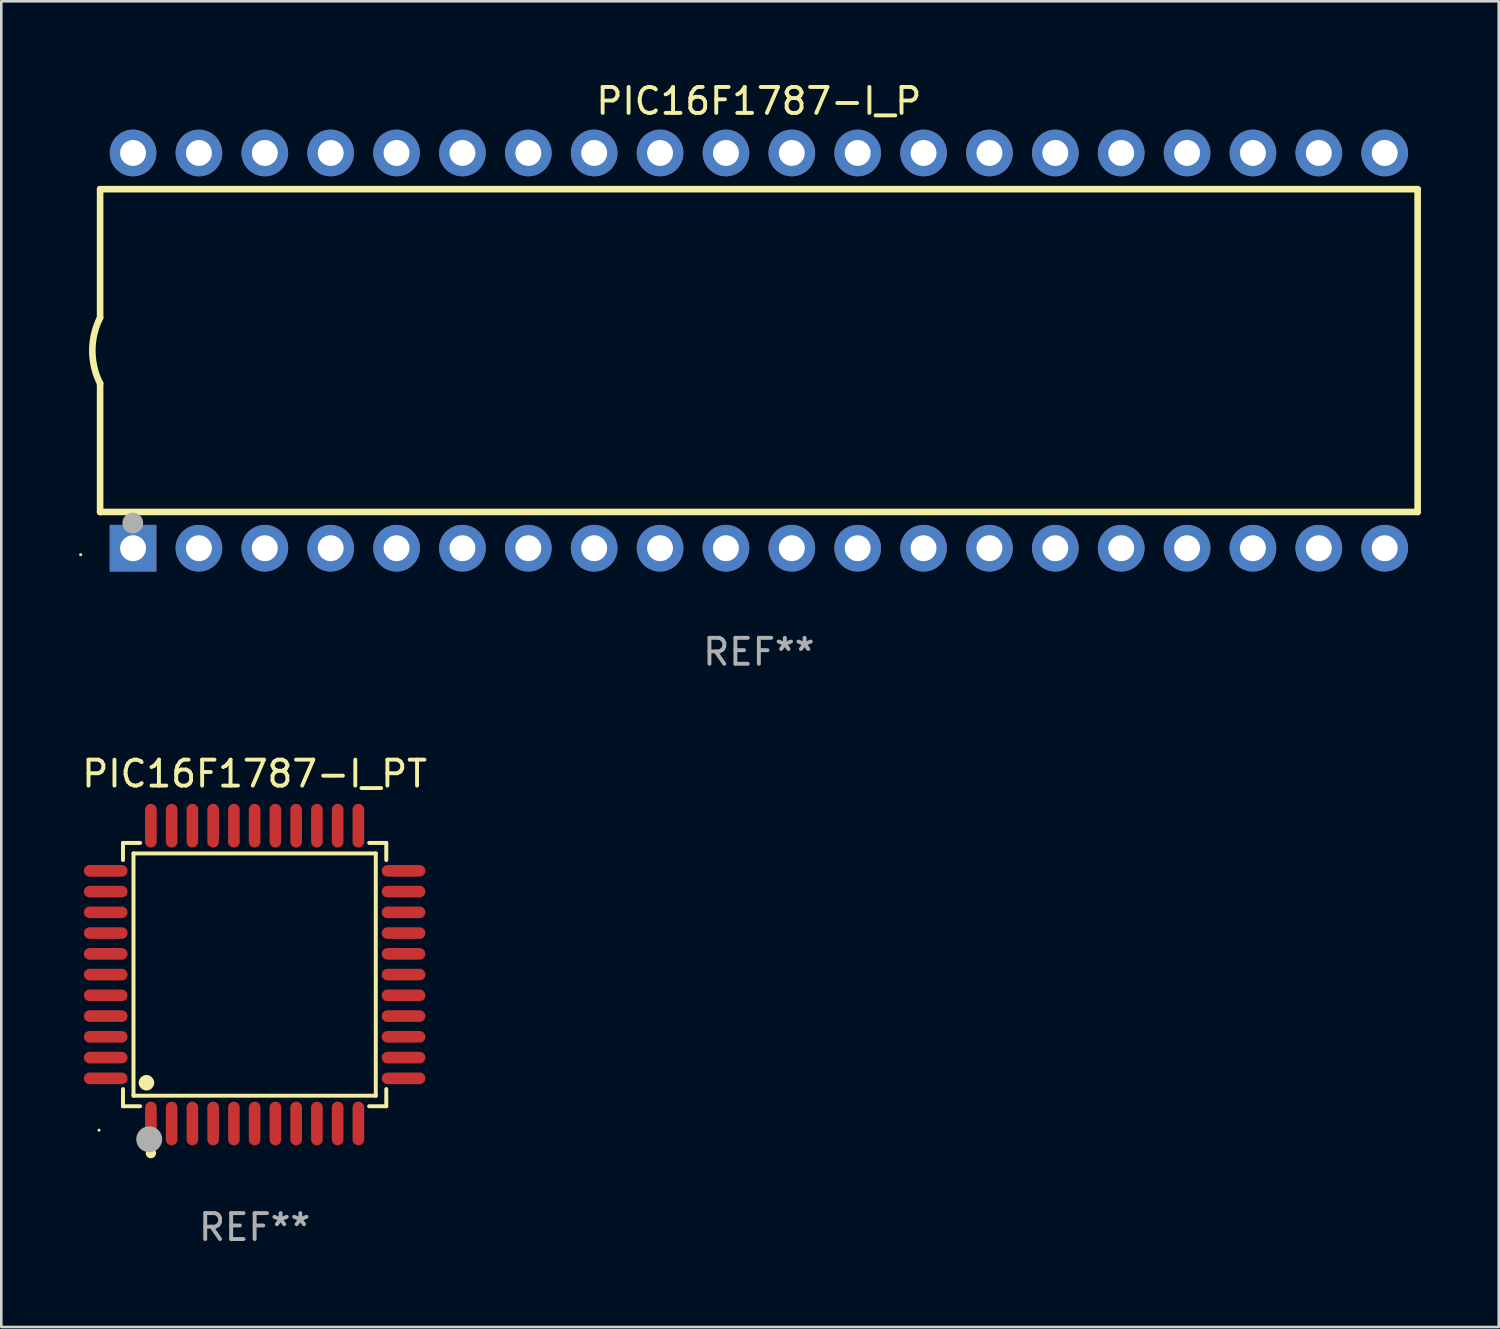
<source format=kicad_pcb>
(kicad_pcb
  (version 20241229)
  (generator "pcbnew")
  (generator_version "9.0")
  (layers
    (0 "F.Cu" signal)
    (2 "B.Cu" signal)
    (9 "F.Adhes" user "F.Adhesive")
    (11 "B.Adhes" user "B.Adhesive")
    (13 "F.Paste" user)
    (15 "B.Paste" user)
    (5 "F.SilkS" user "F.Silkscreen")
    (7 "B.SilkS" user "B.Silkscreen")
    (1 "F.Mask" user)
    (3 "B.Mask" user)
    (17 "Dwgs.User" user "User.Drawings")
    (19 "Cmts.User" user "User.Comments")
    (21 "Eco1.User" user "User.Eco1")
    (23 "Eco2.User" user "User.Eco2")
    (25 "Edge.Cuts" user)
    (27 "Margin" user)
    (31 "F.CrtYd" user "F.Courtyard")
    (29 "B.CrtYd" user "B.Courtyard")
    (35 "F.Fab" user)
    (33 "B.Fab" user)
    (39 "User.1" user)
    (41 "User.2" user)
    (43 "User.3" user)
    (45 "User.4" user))
  (footprint "PIC16F1787-I_PT"
    (layer "F.Cu")
    (at 6.768 34.527)
    (property "Reference" "PIC16F1787-I_PT" (at 0 -7.742 0) (layer "F.SilkS") (effects (font (size 1 1) (thickness 0.15))))
    (attr through_hole)
    (fp_line (start -5.076 -5.076) (end -4.415 -5.076) (stroke (width 0.152) (type solid)) (layer "F.SilkS"))
    (fp_line (start -5.076 -4.415) (end -5.076 -5.076) (stroke (width 0.152) (type solid)) (layer "F.SilkS"))
    (fp_line (start -5.076 4.415) (end -5.076 5.076) (stroke (width 0.152) (type solid)) (layer "F.SilkS"))
    (fp_line (start -5.076 5.076) (end -4.415 5.076) (stroke (width 0.152) (type solid)) (layer "F.SilkS"))
    (fp_line (start -4.671 -4.671) (end 4.671 -4.671) (stroke (width 0.152) (type solid)) (layer "F.SilkS"))
    (fp_line (start -4.671 4.671) (end -4.671 -4.671) (stroke (width 0.152) (type solid)) (layer "F.SilkS"))
    (fp_line (start 4.671 -4.671) (end 4.671 4.671) (stroke (width 0.152) (type solid)) (layer "F.SilkS"))
    (fp_line (start 4.671 4.671) (end -4.671 4.671) (stroke (width 0.152) (type solid)) (layer "F.SilkS"))
    (fp_line (start 5.076 -5.076) (end 4.415 -5.076) (stroke (width 0.152) (type solid)) (layer "F.SilkS"))
    (fp_line (start 5.076 -4.415) (end 5.076 -5.076) (stroke (width 0.152) (type solid)) (layer "F.SilkS"))
    (fp_line (start 5.076 4.415) (end 5.076 5.076) (stroke (width 0.152) (type solid)) (layer "F.SilkS"))
    (fp_line (start 5.076 5.076) (end 4.415 5.076) (stroke (width 0.152) (type solid)) (layer "F.SilkS"))
    (fp_circle (center -6 6) (end -5.97 6) (stroke (width 0.06) (type solid)) (fill no) (layer "F.SilkS"))
    (fp_circle (center -4.171 4.171) (end -4.021 4.171) (stroke (width 0.3) (type solid)) (fill no) (layer "F.SilkS"))
    (fp_circle (center -4 6.884) (end -3.9 6.884) (stroke (width 0.2) (type solid)) (fill no) (layer "F.SilkS"))
    (fp_circle (center -4.064 6.35) (end -3.814 6.35) (stroke (width 0.5) (type solid)) (fill no) (layer "F.Fab"))
    (fp_text user "REF**" (at 0 9.742 0) (layer "F.Fab") (effects (font (size 1 1) (thickness 0.15))))
    (pad "1" smd oval (at -4 5.742) (size 0.448 1.684) (layers "F.Cu" "F.Mask" "F.Paste"))
    (pad "2" smd oval (at -3.2 5.742) (size 0.448 1.684) (layers "F.Cu" "F.Mask" "F.Paste"))
    (pad "3" smd oval (at -2.4 5.742) (size 0.448 1.684) (layers "F.Cu" "F.Mask" "F.Paste"))
    (pad "4" smd oval (at -1.6 5.742) (size 0.448 1.684) (layers "F.Cu" "F.Mask" "F.Paste"))
    (pad "5" smd oval (at -0.8 5.742) (size 0.448 1.684) (layers "F.Cu" "F.Mask" "F.Paste"))
    (pad "6" smd oval (at 0 5.742) (size 0.448 1.684) (layers "F.Cu" "F.Mask" "F.Paste"))
    (pad "7" smd oval (at 0.8 5.742) (size 0.448 1.684) (layers "F.Cu" "F.Mask" "F.Paste"))
    (pad "8" smd oval (at 1.6 5.742) (size 0.448 1.684) (layers "F.Cu" "F.Mask" "F.Paste"))
    (pad "9" smd oval (at 2.4 5.742) (size 0.448 1.684) (layers "F.Cu" "F.Mask" "F.Paste"))
    (pad "10" smd oval (at 3.2 5.742) (size 0.448 1.684) (layers "F.Cu" "F.Mask" "F.Paste"))
    (pad "11" smd oval (at 4 5.742) (size 0.448 1.684) (layers "F.Cu" "F.Mask" "F.Paste"))
    (pad "12" smd oval (at 5.742 4) (size 1.684 0.448) (layers "F.Cu" "F.Mask" "F.Paste"))
    (pad "13" smd oval (at 5.742 3.2) (size 1.684 0.448) (layers "F.Cu" "F.Mask" "F.Paste"))
    (pad "14" smd oval (at 5.742 2.4) (size 1.684 0.448) (layers "F.Cu" "F.Mask" "F.Paste"))
    (pad "15" smd oval (at 5.742 1.6) (size 1.684 0.448) (layers "F.Cu" "F.Mask" "F.Paste"))
    (pad "16" smd oval (at 5.742 0.8) (size 1.684 0.448) (layers "F.Cu" "F.Mask" "F.Paste"))
    (pad "17" smd oval (at 5.742 0) (size 1.684 0.448) (layers "F.Cu" "F.Mask" "F.Paste"))
    (pad "18" smd oval (at 5.742 -0.8) (size 1.684 0.448) (layers "F.Cu" "F.Mask" "F.Paste"))
    (pad "19" smd oval (at 5.742 -1.6) (size 1.684 0.448) (layers "F.Cu" "F.Mask" "F.Paste"))
    (pad "20" smd oval (at 5.742 -2.4) (size 1.684 0.448) (layers "F.Cu" "F.Mask" "F.Paste"))
    (pad "21" smd oval (at 5.742 -3.2) (size 1.684 0.448) (layers "F.Cu" "F.Mask" "F.Paste"))
    (pad "22" smd oval (at 5.742 -4) (size 1.684 0.448) (layers "F.Cu" "F.Mask" "F.Paste"))
    (pad "23" smd oval (at 4 -5.742) (size 0.448 1.684) (layers "F.Cu" "F.Mask" "F.Paste"))
    (pad "24" smd oval (at 3.2 -5.742) (size 0.448 1.684) (layers "F.Cu" "F.Mask" "F.Paste"))
    (pad "25" smd oval (at 2.4 -5.742) (size 0.448 1.684) (layers "F.Cu" "F.Mask" "F.Paste"))
    (pad "26" smd oval (at 1.6 -5.742) (size 0.448 1.684) (layers "F.Cu" "F.Mask" "F.Paste"))
    (pad "27" smd oval (at 0.8 -5.742) (size 0.448 1.684) (layers "F.Cu" "F.Mask" "F.Paste"))
    (pad "28" smd oval (at 0 -5.742) (size 0.448 1.684) (layers "F.Cu" "F.Mask" "F.Paste"))
    (pad "29" smd oval (at -0.8 -5.742) (size 0.448 1.684) (layers "F.Cu" "F.Mask" "F.Paste"))
    (pad "30" smd oval (at -1.6 -5.742) (size 0.448 1.684) (layers "F.Cu" "F.Mask" "F.Paste"))
    (pad "31" smd oval (at -2.4 -5.742) (size 0.448 1.684) (layers "F.Cu" "F.Mask" "F.Paste"))
    (pad "32" smd oval (at -3.2 -5.742) (size 0.448 1.684) (layers "F.Cu" "F.Mask" "F.Paste"))
    (pad "33" smd oval (at -4 -5.742) (size 0.448 1.684) (layers "F.Cu" "F.Mask" "F.Paste"))
    (pad "34" smd oval (at -5.742 -4) (size 1.684 0.448) (layers "F.Cu" "F.Mask" "F.Paste"))
    (pad "35" smd oval (at -5.742 -3.2) (size 1.684 0.448) (layers "F.Cu" "F.Mask" "F.Paste"))
    (pad "36" smd oval (at -5.742 -2.4) (size 1.684 0.448) (layers "F.Cu" "F.Mask" "F.Paste"))
    (pad "37" smd oval (at -5.742 -1.6) (size 1.684 0.448) (layers "F.Cu" "F.Mask" "F.Paste"))
    (pad "38" smd oval (at -5.742 -0.8) (size 1.684 0.448) (layers "F.Cu" "F.Mask" "F.Paste"))
    (pad "39" smd oval (at -5.742 0) (size 1.684 0.448) (layers "F.Cu" "F.Mask" "F.Paste"))
    (pad "40" smd oval (at -5.742 0.8) (size 1.684 0.448) (layers "F.Cu" "F.Mask" "F.Paste"))
    (pad "41" smd oval (at -5.742 1.6) (size 1.684 0.448) (layers "F.Cu" "F.Mask" "F.Paste"))
    (pad "42" smd oval (at -5.742 2.4) (size 1.684 0.448) (layers "F.Cu" "F.Mask" "F.Paste"))
    (pad "43" smd oval (at -5.742 3.2) (size 1.684 0.448) (layers "F.Cu" "F.Mask" "F.Paste"))
    (pad "44" smd oval (at -5.742 4) (size 1.684 0.448) (layers "F.Cu" "F.Mask" "F.Paste")))
  (footprint "PIC16F1787-I_P"
    (layer "F.Cu")
    (at 26.21 10.468)
    (property "Reference" "PIC16F1787-I_P" (at 0 -9.62 0) (layer "F.SilkS") (effects (font (size 1 1) (thickness 0.15))))
    (attr through_hole)
    (fp_line (start -25.4 -6.224) (end -25.4 -1.271) (stroke (width 0.254) (type solid)) (layer "F.SilkS"))
    (fp_line (start -25.4 -6.224) (end 25.4 -6.224) (stroke (width 0.254) (type solid)) (layer "F.SilkS"))
    (fp_line (start -25.4 1.269) (end -25.4 6.222) (stroke (width 0.254) (type solid)) (layer "F.SilkS"))
    (fp_line (start -25.4 6.222) (end 25.4 6.222) (stroke (width 0.254) (type solid)) (layer "F.SilkS"))
    (fp_line (start 25.4 6.222) (end 25.4 -6.224) (stroke (width 0.254) (type solid)) (layer "F.SilkS"))
    (fp_arc (start -25.4 1.269241) (mid -25.699807 -0.000762) (end -25.4 -1.270765) (stroke (width 0.254001) (type solid)) (layer "F.SilkS"))
    (fp_circle (center -26.15 7.87) (end -26.12 7.87) (stroke (width 0.06) (type solid)) (fill no) (layer "F.SilkS"))
    (fp_circle (center -24.14 6.65) (end -23.94 6.65) (stroke (width 0.4) (type solid)) (fill no) (layer "F.Fab"))
    (fp_text user "REF**" (at 0 11.62 0) (layer "F.Fab") (effects (font (size 1 1) (thickness 0.15))))
    (pad "1" thru_hole rect (at -24.13 7.62 90) (size 1.8 1.8) (drill 1) (layers "*.Cu" "*.Mask"))
    (pad "2" thru_hole circle (at -21.59 7.62) (size 1.8 1.8) (drill 1) (layers "*.Cu" "*.Mask"))
    (pad "3" thru_hole circle (at -19.05 7.62) (size 1.8 1.8) (drill 1) (layers "*.Cu" "*.Mask"))
    (pad "4" thru_hole circle (at -16.51 7.62) (size 1.8 1.8) (drill 1) (layers "*.Cu" "*.Mask"))
    (pad "5" thru_hole circle (at -13.97 7.62) (size 1.8 1.8) (drill 1) (layers "*.Cu" "*.Mask"))
    (pad "6" thru_hole circle (at -11.43 7.62) (size 1.8 1.8) (drill 1) (layers "*.Cu" "*.Mask"))
    (pad "7" thru_hole circle (at -8.89 7.62) (size 1.8 1.8) (drill 1) (layers "*.Cu" "*.Mask"))
    (pad "8" thru_hole circle (at -6.35 7.62) (size 1.8 1.8) (drill 1) (layers "*.Cu" "*.Mask"))
    (pad "9" thru_hole circle (at -3.81 7.62) (size 1.8 1.8) (drill 1) (layers "*.Cu" "*.Mask"))
    (pad "10" thru_hole circle (at -1.27 7.62) (size 1.8 1.8) (drill 1) (layers "*.Cu" "*.Mask"))
    (pad "11" thru_hole circle (at 1.27 7.62) (size 1.8 1.8) (drill 1) (layers "*.Cu" "*.Mask"))
    (pad "12" thru_hole circle (at 3.81 7.62) (size 1.8 1.8) (drill 1) (layers "*.Cu" "*.Mask"))
    (pad "13" thru_hole circle (at 6.35 7.62) (size 1.8 1.8) (drill 1) (layers "*.Cu" "*.Mask"))
    (pad "14" thru_hole circle (at 8.89 7.62) (size 1.8 1.8) (drill 1) (layers "*.Cu" "*.Mask"))
    (pad "15" thru_hole circle (at 11.43 7.62) (size 1.8 1.8) (drill 1) (layers "*.Cu" "*.Mask"))
    (pad "16" thru_hole circle (at 13.97 7.62) (size 1.8 1.8) (drill 1) (layers "*.Cu" "*.Mask"))
    (pad "17" thru_hole circle (at 16.51 7.62) (size 1.8 1.8) (drill 1) (layers "*.Cu" "*.Mask"))
    (pad "18" thru_hole circle (at 19.05 7.62) (size 1.8 1.8) (drill 1) (layers "*.Cu" "*.Mask"))
    (pad "19" thru_hole circle (at 21.59 7.62) (size 1.8 1.8) (drill 1) (layers "*.Cu" "*.Mask"))
    (pad "20" thru_hole circle (at 24.13 7.62) (size 1.8 1.8) (drill 1) (layers "*.Cu" "*.Mask"))
    (pad "21" thru_hole circle (at 24.13 -7.62) (size 1.8 1.8) (drill 1) (layers "*.Cu" "*.Mask"))
    (pad "22" thru_hole circle (at 21.59 -7.62) (size 1.8 1.8) (drill 1) (layers "*.Cu" "*.Mask"))
    (pad "23" thru_hole circle (at 19.05 -7.62) (size 1.8 1.8) (drill 1) (layers "*.Cu" "*.Mask"))
    (pad "24" thru_hole circle (at 16.51 -7.62) (size 1.8 1.8) (drill 1) (layers "*.Cu" "*.Mask"))
    (pad "25" thru_hole circle (at 13.97 -7.62) (size 1.8 1.8) (drill 1) (layers "*.Cu" "*.Mask"))
    (pad "26" thru_hole circle (at 11.43 -7.62) (size 1.8 1.8) (drill 1) (layers "*.Cu" "*.Mask"))
    (pad "27" thru_hole circle (at 8.89 -7.62) (size 1.8 1.8) (drill 1) (layers "*.Cu" "*.Mask"))
    (pad "28" thru_hole circle (at 6.35 -7.62) (size 1.8 1.8) (drill 1) (layers "*.Cu" "*.Mask"))
    (pad "29" thru_hole circle (at 3.81 -7.62) (size 1.8 1.8) (drill 1) (layers "*.Cu" "*.Mask"))
    (pad "30" thru_hole circle (at 1.27 -7.62) (size 1.8 1.8) (drill 1) (layers "*.Cu" "*.Mask"))
    (pad "31" thru_hole circle (at -1.27 -7.62) (size 1.8 1.8) (drill 1) (layers "*.Cu" "*.Mask"))
    (pad "32" thru_hole circle (at -3.81 -7.62) (size 1.8 1.8) (drill 1) (layers "*.Cu" "*.Mask"))
    (pad "33" thru_hole circle (at -6.35 -7.62) (size 1.8 1.8) (drill 1) (layers "*.Cu" "*.Mask"))
    (pad "34" thru_hole circle (at -8.89 -7.62) (size 1.8 1.8) (drill 1) (layers "*.Cu" "*.Mask"))
    (pad "35" thru_hole circle (at -11.43 -7.62) (size 1.8 1.8) (drill 1) (layers "*.Cu" "*.Mask"))
    (pad "36" thru_hole circle (at -13.97 -7.62) (size 1.8 1.8) (drill 1) (layers "*.Cu" "*.Mask"))
    (pad "37" thru_hole circle (at -16.51 -7.62) (size 1.8 1.8) (drill 1) (layers "*.Cu" "*.Mask"))
    (pad "38" thru_hole circle (at -19.05 -7.62) (size 1.8 1.8) (drill 1) (layers "*.Cu" "*.Mask"))
    (pad "39" thru_hole circle (at -21.59 -7.62) (size 1.8 1.8) (drill 1) (layers "*.Cu" "*.Mask"))
    (pad "40" thru_hole circle (at -24.13 -7.62) (size 1.8 1.8) (drill 1) (layers "*.Cu" "*.Mask")))
  (gr_rect
    (start -3 -3)
    (end 54.737 48.117)
    (stroke (width 0.1) (type default))
    (fill no)
    (layer "Edge.Cuts")))
</source>
